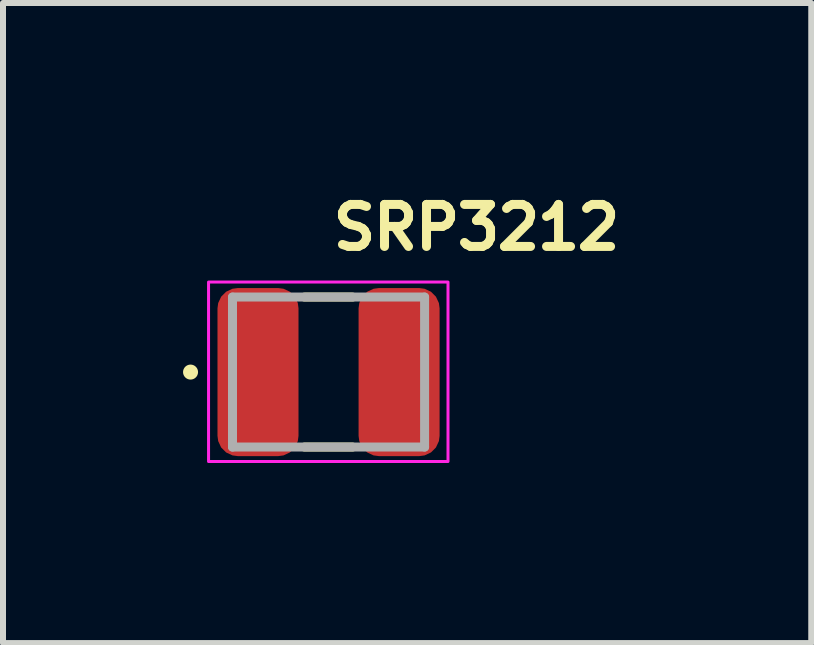
<source format=kicad_pcb>
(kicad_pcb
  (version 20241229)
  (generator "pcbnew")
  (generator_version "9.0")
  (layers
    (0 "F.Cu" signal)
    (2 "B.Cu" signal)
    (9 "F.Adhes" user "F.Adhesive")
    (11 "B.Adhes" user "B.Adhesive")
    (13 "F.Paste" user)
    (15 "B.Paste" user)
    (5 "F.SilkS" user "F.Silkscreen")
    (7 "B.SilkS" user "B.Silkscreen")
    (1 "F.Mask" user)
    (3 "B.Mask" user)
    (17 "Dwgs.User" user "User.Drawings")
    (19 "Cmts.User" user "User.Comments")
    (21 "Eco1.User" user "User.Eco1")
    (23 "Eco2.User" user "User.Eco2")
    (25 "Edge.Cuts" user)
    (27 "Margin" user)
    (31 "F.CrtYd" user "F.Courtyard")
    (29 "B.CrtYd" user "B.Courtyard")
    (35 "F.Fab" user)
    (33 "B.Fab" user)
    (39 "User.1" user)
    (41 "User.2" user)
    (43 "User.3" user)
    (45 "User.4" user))
  (footprint "SRP3212"
    (layer "F.Cu")
    (at 2.425 3.15)
    (property "Reference" "SRP3212" (at 0 -2 0) (layer "F.SilkS") (effects (font (size 0.7 0.7) (thickness 0.15)) (justify left bottom)))
    (attr smd)
    (fp_line (start -0.401 -1.25) (end 0.4 -1.25) (stroke (width 0.15) (type solid)) (layer "F.SilkS"))
    (fp_line (start -0.401 1.249) (end 0.4 1.249) (stroke (width 0.15) (type solid)) (layer "F.SilkS"))
    (fp_circle (center -2.3 0) (end -2.25 0) (stroke (width 0.15) (type solid)) (fill yes) (layer "F.SilkS"))
    (fp_rect (start -2 -1.5) (end 1.99 1.49) (stroke (width 0.05) (type solid)) (fill no) (layer "F.CrtYd"))
    (fp_line (start -1.601 1.249) (end -1.601 -1.25) (stroke (width 0.15) (type solid)) (layer "F.Fab"))
    (fp_line (start -1.601 1.249) (end 1.6 1.249) (stroke (width 0.15) (type solid)) (layer "F.Fab"))
    (fp_line (start 1.6 -1.25) (end -1.601 -1.25) (stroke (width 0.15) (type solid)) (layer "F.Fab"))
    (fp_line (start 1.6 -1.25) (end 1.6 1.249) (stroke (width 0.15) (type solid)) (layer "F.Fab"))
    (pad "1" smd roundrect (at -1.176 0) (size 1.35 2.8) (layers "F.Cu" "F.Mask" "F.Paste") (roundrect_rratio 0.25))
    (pad "2" smd roundrect (at 1.175 0) (size 1.35 2.8) (layers "F.Cu" "F.Mask" "F.Paste") (roundrect_rratio 0.25)))
  (gr_rect
    (start -3 -3)
    (end 10.468 7.665)
    (stroke (width 0.1) (type default))
    (fill no)
    (layer "Edge.Cuts")))
</source>
